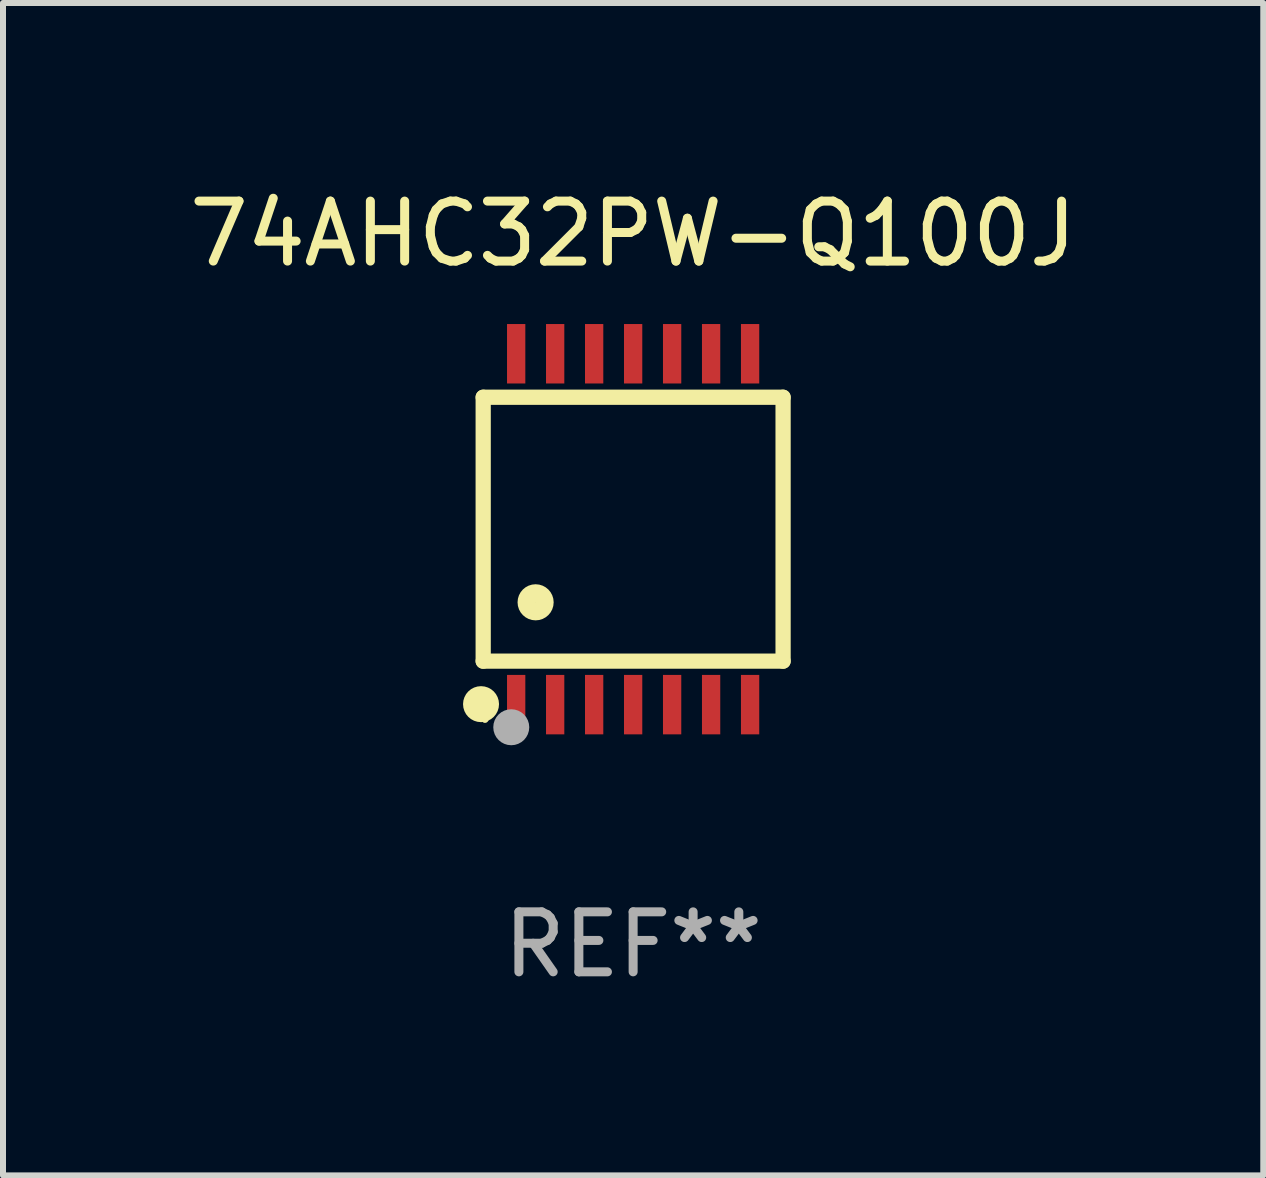
<source format=kicad_pcb>
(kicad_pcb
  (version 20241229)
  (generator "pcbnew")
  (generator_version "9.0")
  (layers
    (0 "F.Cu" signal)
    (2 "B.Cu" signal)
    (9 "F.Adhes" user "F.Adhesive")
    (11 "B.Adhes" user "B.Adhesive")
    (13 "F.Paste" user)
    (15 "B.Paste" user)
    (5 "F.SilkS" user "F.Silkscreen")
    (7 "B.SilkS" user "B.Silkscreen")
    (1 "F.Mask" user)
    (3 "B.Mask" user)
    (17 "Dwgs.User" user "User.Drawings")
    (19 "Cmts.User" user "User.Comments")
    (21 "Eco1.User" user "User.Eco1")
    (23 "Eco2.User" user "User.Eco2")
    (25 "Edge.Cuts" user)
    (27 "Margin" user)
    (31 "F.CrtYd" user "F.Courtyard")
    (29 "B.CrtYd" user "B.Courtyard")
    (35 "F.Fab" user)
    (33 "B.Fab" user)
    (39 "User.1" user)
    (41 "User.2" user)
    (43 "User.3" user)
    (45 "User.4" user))
  (footprint "74AHC32PW-Q100J"
    (layer "F.Cu")
    (at 7.506 5.773)
    (property "Reference" "74AHC32PW-Q100J" (at 0 -4.925 0) (layer "F.SilkS") (effects (font (size 1 1) (thickness 0.15))))
    (attr through_hole)
    (fp_line (start -2.5 2.2) (end -2.5 -2.2) (stroke (width 0.254) (type solid)) (layer "F.SilkS"))
    (fp_line (start -2.5 2.2) (end 2.5 2.2) (stroke (width 0.254) (type solid)) (layer "F.SilkS"))
    (fp_line (start 2.5 -2.2) (end -2.5 -2.2) (stroke (width 0.254) (type solid)) (layer "F.SilkS"))
    (fp_line (start 2.5 -2.2) (end 2.5 2.2) (stroke (width 0.254) (type solid)) (layer "F.SilkS"))
    (fp_circle (center -2.536 2.917) (end -2.386 2.917) (stroke (width 0.3) (type solid)) (fill no) (layer "F.SilkS"))
    (fp_circle (center -2.47 3.17) (end -2.44 3.17) (stroke (width 0.06) (type solid)) (fill no) (layer "F.SilkS"))
    (fp_circle (center -1.626 1.219) (end -1.475 1.219) (stroke (width 0.3) (type solid)) (fill no) (layer "F.SilkS"))
    (fp_circle (center -2.032 3.302) (end -1.882 3.302) (stroke (width 0.3) (type solid)) (fill no) (layer "F.Fab"))
    (fp_text user "REF**" (at 0 6.925 0) (layer "F.Fab") (effects (font (size 1 1) (thickness 0.15))))
    (pad "1" smd rect (at -1.95 2.925) (size 0.305 0.991) (layers "F.Cu" "F.Mask" "F.Paste"))
    (pad "2" smd rect (at -1.3 2.925) (size 0.305 0.991) (layers "F.Cu" "F.Mask" "F.Paste"))
    (pad "3" smd rect (at -0.65 2.925) (size 0.305 0.991) (layers "F.Cu" "F.Mask" "F.Paste"))
    (pad "4" smd rect (at 0 2.925) (size 0.305 0.991) (layers "F.Cu" "F.Mask" "F.Paste"))
    (pad "5" smd rect (at 0.65 2.925) (size 0.305 0.991) (layers "F.Cu" "F.Mask" "F.Paste"))
    (pad "6" smd rect (at 1.3 2.925) (size 0.305 0.991) (layers "F.Cu" "F.Mask" "F.Paste"))
    (pad "7" smd rect (at 1.95 2.925) (size 0.305 0.991) (layers "F.Cu" "F.Mask" "F.Paste"))
    (pad "8" smd rect (at 1.95 -2.925) (size 0.305 0.991) (layers "F.Cu" "F.Mask" "F.Paste"))
    (pad "9" smd rect (at 1.3 -2.925) (size 0.305 0.991) (layers "F.Cu" "F.Mask" "F.Paste"))
    (pad "10" smd rect (at 0.65 -2.925) (size 0.305 0.991) (layers "F.Cu" "F.Mask" "F.Paste"))
    (pad "11" smd rect (at 0 -2.925) (size 0.305 0.991) (layers "F.Cu" "F.Mask" "F.Paste"))
    (pad "12" smd rect (at -0.65 -2.925) (size 0.305 0.991) (layers "F.Cu" "F.Mask" "F.Paste"))
    (pad "13" smd rect (at -1.3 -2.925) (size 0.305 0.991) (layers "F.Cu" "F.Mask" "F.Paste"))
    (pad "14" smd rect (at -1.95 -2.925) (size 0.305 0.991) (layers "F.Cu" "F.Mask" "F.Paste")))
  (gr_rect
    (start -3 -3)
    (end 18.012 16.547)
    (stroke (width 0.1) (type default))
    (fill no)
    (layer "Edge.Cuts")))
</source>
